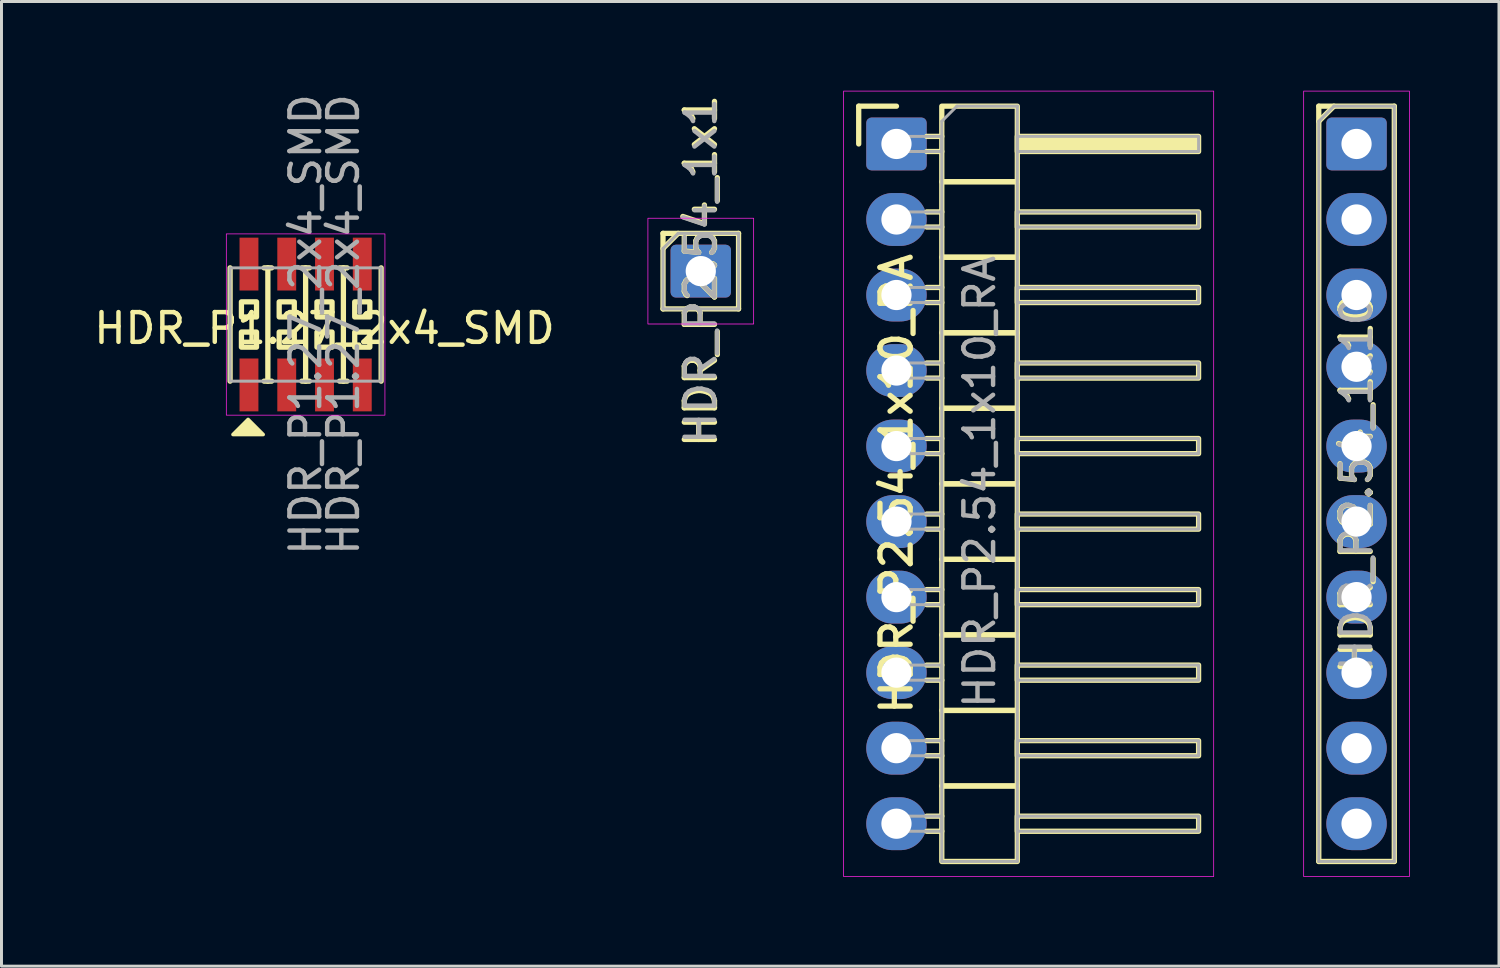
<source format=kicad_pcb>
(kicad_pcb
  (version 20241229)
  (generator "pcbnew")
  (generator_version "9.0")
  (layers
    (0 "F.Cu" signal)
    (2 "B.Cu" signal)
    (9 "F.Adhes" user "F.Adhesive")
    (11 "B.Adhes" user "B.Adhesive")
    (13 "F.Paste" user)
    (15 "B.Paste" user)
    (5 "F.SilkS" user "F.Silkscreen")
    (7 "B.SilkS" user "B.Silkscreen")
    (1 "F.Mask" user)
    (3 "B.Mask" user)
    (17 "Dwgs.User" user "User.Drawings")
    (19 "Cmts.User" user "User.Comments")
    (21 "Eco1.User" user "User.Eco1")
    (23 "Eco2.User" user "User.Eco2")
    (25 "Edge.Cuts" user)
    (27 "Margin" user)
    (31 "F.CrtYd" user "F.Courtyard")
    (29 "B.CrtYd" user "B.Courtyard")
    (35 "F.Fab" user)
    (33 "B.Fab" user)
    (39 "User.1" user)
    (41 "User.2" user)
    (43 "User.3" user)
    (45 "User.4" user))
  (footprint "HDR_P1.27_2x4_SMD"
    (layer "F.Cu")
    (at 7.228 7.863)
    (property "Reference" "HDR_P1.27_2x4_SMD" (at 0.635 0.127 0) (layer "F.SilkS") (effects (font (size 1 1) (thickness 0.15))))
    (attr smd)
    (fp_line (start -2.54 1.905) (end -2.54 -1.905) (stroke (width 0.178) (type solid)) (layer "F.SilkS"))
    (fp_line (start -1.397 -1.905) (end -1.143 -1.905) (stroke (width 0.178) (type solid)) (layer "F.SilkS"))
    (fp_line (start -1.397 1.905) (end -1.143 1.905) (stroke (width 0.178) (type solid)) (layer "F.SilkS"))
    (fp_line (start -1.27 1.905) (end -1.27 -1.905) (stroke (width 0.178) (type solid)) (layer "F.SilkS"))
    (fp_line (start -0.127 -1.905) (end 0.127 -1.905) (stroke (width 0.178) (type solid)) (layer "F.SilkS"))
    (fp_line (start -0.127 1.905) (end 0.127 1.905) (stroke (width 0.178) (type solid)) (layer "F.SilkS"))
    (fp_line (start 0 1.905) (end 0 -1.905) (stroke (width 0.178) (type solid)) (layer "F.SilkS"))
    (fp_line (start 1.143 -1.905) (end 1.397 -1.905) (stroke (width 0.178) (type solid)) (layer "F.SilkS"))
    (fp_line (start 1.143 1.905) (end 1.397 1.905) (stroke (width 0.178) (type solid)) (layer "F.SilkS"))
    (fp_line (start 1.27 1.905) (end 1.27 -1.905) (stroke (width 0.178) (type solid)) (layer "F.SilkS"))
    (fp_line (start 2.54 1.905) (end 2.54 -1.905) (stroke (width 0.178) (type solid)) (layer "F.SilkS"))
    (fp_rect (start -2.159 -0.762) (end -1.651 -0.254) (stroke (width 0.178) (type solid)) (fill no) (layer "F.SilkS"))
    (fp_rect (start -2.159 0.254) (end -1.651 0.762) (stroke (width 0.178) (type solid)) (fill no) (layer "F.SilkS"))
    (fp_rect (start -0.889 -0.762) (end -0.381 -0.254) (stroke (width 0.178) (type solid)) (fill no) (layer "F.SilkS"))
    (fp_rect (start -0.889 0.254) (end -0.381 0.762) (stroke (width 0.178) (type solid)) (fill no) (layer "F.SilkS"))
    (fp_rect (start 0.381 -0.762) (end 0.889 -0.254) (stroke (width 0.178) (type solid)) (fill no) (layer "F.SilkS"))
    (fp_rect (start 0.381 0.254) (end 0.889 0.762) (stroke (width 0.178) (type solid)) (fill no) (layer "F.SilkS"))
    (fp_rect (start 1.651 -0.762) (end 2.159 -0.254) (stroke (width 0.178) (type solid)) (fill no) (layer "F.SilkS"))
    (fp_rect (start 1.651 0.254) (end 2.159 0.762) (stroke (width 0.178) (type solid)) (fill no) (layer "F.SilkS"))
    (fp_poly (pts (xy -1.427 3.7) (xy -2.443 3.7) (xy -1.935 3.192)) (stroke (width 0.12) (type solid)) (fill yes) (layer "F.SilkS"))
    (fp_rect (start -2.667 -3.048) (end 2.667 3.048) (stroke (width 0.025) (type solid)) (fill no) (layer "F.CrtYd"))
    (fp_rect (start -2.54 -1.905) (end 2.54 1.905) (stroke (width 0.1) (type solid)) (fill no) (layer "F.Fab"))
    (fp_text user "${REFERENCE}" (at 1.27 0 90) (layer "F.Fab") (effects (font (size 1 1) (thickness 0.15))))
    (fp_text user "${REFERENCE}" (at 0 0 90) (layer "F.Fab") (effects (font (size 1 1) (thickness 0.15))))
    (pad "1" smd rect (at -1.905 2.032) (size 0.635 1.778) (layers "F.Cu" "F.Mask" "F.Paste"))
    (pad "2" smd rect (at -1.905 -2.032) (size 0.635 1.778) (layers "F.Cu" "F.Mask" "F.Paste"))
    (pad "3" smd rect (at -0.635 2.032) (size 0.635 1.778) (layers "F.Cu" "F.Mask" "F.Paste"))
    (pad "4" smd rect (at -0.635 -2.032) (size 0.635 1.778) (layers "F.Cu" "F.Mask" "F.Paste"))
    (pad "5" smd rect (at 0.635 2.032) (size 0.635 1.778) (layers "F.Cu" "F.Mask" "F.Paste"))
    (pad "6" smd rect (at 0.635 -2.032) (size 0.635 1.778) (layers "F.Cu" "F.Mask" "F.Paste"))
    (pad "7" smd rect (at 1.905 2.032) (size 0.635 1.778) (layers "F.Cu" "F.Mask" "F.Paste"))
    (pad "8" smd rect (at 1.905 -2.032) (size 0.635 1.778) (layers "F.Cu" "F.Mask" "F.Paste")))
  (footprint "HDR_P2.54_1x1"
    (layer "F.Cu")
    (at 20.517 6.068)
    (property "Reference" "HDR_P2.54_1x1" (at 0 0 90) (layer "F.SilkS") (effects (font (size 1.016 1.016) (thickness 0.178))))
    (attr through_hole)
    (fp_line (start -1.27 -1.27) (end -1.27 1.27) (stroke (width 0.178) (type solid)) (layer "F.SilkS"))
    (fp_line (start -1.27 -1.27) (end 1.27 -1.27) (stroke (width 0.178) (type solid)) (layer "F.SilkS"))
    (fp_line (start -1.27 -0.762) (end -0.762 -1.27) (stroke (width 0.178) (type solid)) (layer "F.SilkS"))
    (fp_line (start -1.27 1.27) (end 1.27 1.27) (stroke (width 0.178) (type solid)) (layer "F.SilkS"))
    (fp_line (start 1.27 -1.27) (end 1.27 1.27) (stroke (width 0.178) (type solid)) (layer "F.SilkS"))
    (fp_rect (start -1.778 -1.778) (end 1.778 1.778) (stroke (width 0.025) (type solid)) (fill no) (layer "F.CrtYd"))
    (fp_line (start -1.27 -0.762) (end -0.762 -1.27) (stroke (width 0.1) (type solid)) (layer "F.Fab"))
    (fp_line (start -1.27 1.27) (end -1.27 -0.762) (stroke (width 0.1) (type solid)) (layer "F.Fab"))
    (fp_line (start -0.762 -1.27) (end 1.27 -1.27) (stroke (width 0.1) (type solid)) (layer "F.Fab"))
    (fp_line (start 1.27 -1.27) (end 1.27 1.27) (stroke (width 0.1) (type solid)) (layer "F.Fab"))
    (fp_line (start 1.27 1.27) (end -1.27 1.27) (stroke (width 0.1) (type solid)) (layer "F.Fab"))
    (fp_text user "${REFERENCE}" (at 0 0 90) (layer "F.Fab") (effects (font (size 1 1) (thickness 0.15))))
    (pad "1" thru_hole roundrect (at 0 0) (size 2.032 1.778) (drill 1.016) (layers "*.Cu" "*.Mask") (roundrect_rratio 0.1)))
  (footprint "HDR_P2.54_1x10_RA"
    (layer "F.Cu")
    (at 27.098 13.221)
    (property "Reference" "HDR_P2.54_1x10_RA" (at 0 0 90) (layer "F.SilkS") (effects (font (size 1.016 1.016) (thickness 0.178))))
    (attr through_hole)
    (fp_line (start -1.27 -12.7) (end 0 -12.7) (stroke (width 0.178) (type solid)) (layer "F.SilkS"))
    (fp_line (start -1.27 -11.43) (end -1.27 -12.7) (stroke (width 0.178) (type solid)) (layer "F.SilkS"))
    (fp_line (start 1.016 -11.684) (end 1.524 -11.684) (stroke (width 0.178) (type solid)) (layer "F.SilkS"))
    (fp_line (start 1.016 -11.176) (end 1.524 -11.176) (stroke (width 0.178) (type solid)) (layer "F.SilkS"))
    (fp_line (start 1.016 -9.144) (end 1.524 -9.144) (stroke (width 0.178) (type solid)) (layer "F.SilkS"))
    (fp_line (start 1.016 -8.636) (end 1.524 -8.636) (stroke (width 0.178) (type solid)) (layer "F.SilkS"))
    (fp_line (start 1.016 -6.604) (end 1.524 -6.604) (stroke (width 0.178) (type solid)) (layer "F.SilkS"))
    (fp_line (start 1.016 -6.096) (end 1.524 -6.096) (stroke (width 0.178) (type solid)) (layer "F.SilkS"))
    (fp_line (start 1.016 -4.064) (end 1.524 -4.064) (stroke (width 0.178) (type solid)) (layer "F.SilkS"))
    (fp_line (start 1.016 -3.556) (end 1.524 -3.556) (stroke (width 0.178) (type solid)) (layer "F.SilkS"))
    (fp_line (start 1.016 -1.524) (end 1.524 -1.524) (stroke (width 0.178) (type solid)) (layer "F.SilkS"))
    (fp_line (start 1.016 -1.016) (end 1.524 -1.016) (stroke (width 0.178) (type solid)) (layer "F.SilkS"))
    (fp_line (start 1.016 1.016) (end 1.524 1.016) (stroke (width 0.178) (type solid)) (layer "F.SilkS"))
    (fp_line (start 1.016 1.524) (end 1.524 1.524) (stroke (width 0.178) (type solid)) (layer "F.SilkS"))
    (fp_line (start 1.016 3.556) (end 1.524 3.556) (stroke (width 0.178) (type solid)) (layer "F.SilkS"))
    (fp_line (start 1.016 4.064) (end 1.524 4.064) (stroke (width 0.178) (type solid)) (layer "F.SilkS"))
    (fp_line (start 1.016 6.096) (end 1.524 6.096) (stroke (width 0.178) (type solid)) (layer "F.SilkS"))
    (fp_line (start 1.016 6.604) (end 1.524 6.604) (stroke (width 0.178) (type solid)) (layer "F.SilkS"))
    (fp_line (start 1.016 8.636) (end 1.524 8.636) (stroke (width 0.178) (type solid)) (layer "F.SilkS"))
    (fp_line (start 1.016 9.144) (end 1.524 9.144) (stroke (width 0.178) (type solid)) (layer "F.SilkS"))
    (fp_line (start 1.016 11.176) (end 1.524 11.176) (stroke (width 0.178) (type solid)) (layer "F.SilkS"))
    (fp_line (start 1.016 11.684) (end 1.524 11.684) (stroke (width 0.178) (type solid)) (layer "F.SilkS"))
    (fp_rect (start 1.524 -10.16) (end 4.064 -12.7) (stroke (width 0.178) (type solid)) (fill no) (layer "F.SilkS"))
    (fp_rect (start 1.524 -7.62) (end 4.064 -10.16) (stroke (width 0.178) (type solid)) (fill no) (layer "F.SilkS"))
    (fp_rect (start 1.524 -5.08) (end 4.064 -7.62) (stroke (width 0.178) (type solid)) (fill no) (layer "F.SilkS"))
    (fp_rect (start 1.524 -2.54) (end 4.064 -5.08) (stroke (width 0.178) (type solid)) (fill no) (layer "F.SilkS"))
    (fp_rect (start 1.524 0) (end 4.064 -2.54) (stroke (width 0.178) (type solid)) (fill no) (layer "F.SilkS"))
    (fp_rect (start 1.524 2.54) (end 4.064 0) (stroke (width 0.178) (type solid)) (fill no) (layer "F.SilkS"))
    (fp_rect (start 1.524 5.08) (end 4.064 2.54) (stroke (width 0.178) (type solid)) (fill no) (layer "F.SilkS"))
    (fp_rect (start 1.524 7.62) (end 4.064 5.08) (stroke (width 0.178) (type solid)) (fill no) (layer "F.SilkS"))
    (fp_rect (start 1.524 10.16) (end 4.064 7.62) (stroke (width 0.178) (type solid)) (fill no) (layer "F.SilkS"))
    (fp_rect (start 1.524 12.7) (end 4.064 10.16) (stroke (width 0.178) (type solid)) (fill no) (layer "F.SilkS"))
    (fp_rect (start 4.064 -11.684) (end 10.16 -11.176) (stroke (width 0.178) (type solid)) (fill yes) (layer "F.SilkS"))
    (fp_rect (start 4.064 -9.144) (end 10.16 -8.636) (stroke (width 0.178) (type solid)) (fill no) (layer "F.SilkS"))
    (fp_rect (start 4.064 -6.604) (end 10.16 -6.096) (stroke (width 0.178) (type solid)) (fill no) (layer "F.SilkS"))
    (fp_rect (start 4.064 -4.064) (end 10.16 -3.556) (stroke (width 0.178) (type solid)) (fill no) (layer "F.SilkS"))
    (fp_rect (start 4.064 -1.524) (end 10.16 -1.016) (stroke (width 0.178) (type solid)) (fill no) (layer "F.SilkS"))
    (fp_rect (start 4.064 1.016) (end 10.16 1.524) (stroke (width 0.178) (type solid)) (fill no) (layer "F.SilkS"))
    (fp_rect (start 4.064 3.556) (end 10.16 4.064) (stroke (width 0.178) (type solid)) (fill no) (layer "F.SilkS"))
    (fp_rect (start 4.064 6.096) (end 10.16 6.604) (stroke (width 0.178) (type solid)) (fill no) (layer "F.SilkS"))
    (fp_rect (start 4.064 8.636) (end 10.16 9.144) (stroke (width 0.178) (type solid)) (fill no) (layer "F.SilkS"))
    (fp_rect (start 4.064 11.176) (end 10.16 11.684) (stroke (width 0.178) (type solid)) (fill no) (layer "F.SilkS"))
    (fp_rect (start -1.778 -13.208) (end 10.668 13.208) (stroke (width 0.025) (type solid)) (fill no) (layer "F.CrtYd"))
    (fp_line (start 1.524 -12.192) (end 2.032 -12.7) (stroke (width 0.1) (type solid)) (layer "F.Fab"))
    (fp_line (start 1.524 12.7) (end 1.524 -12.192) (stroke (width 0.1) (type solid)) (layer "F.Fab"))
    (fp_line (start 2.032 -12.7) (end 4.064 -12.7) (stroke (width 0.1) (type solid)) (layer "F.Fab"))
    (fp_line (start 4.064 -12.7) (end 4.064 12.7) (stroke (width 0.1) (type solid)) (layer "F.Fab"))
    (fp_line (start 4.064 12.7) (end 1.524 12.7) (stroke (width 0.1) (type solid)) (layer "F.Fab"))
    (fp_rect (start -0.254 -11.684) (end 1.524 -11.176) (stroke (width 0.1) (type solid)) (fill no) (layer "F.Fab"))
    (fp_rect (start -0.254 -9.144) (end 1.524 -8.636) (stroke (width 0.1) (type solid)) (fill no) (layer "F.Fab"))
    (fp_rect (start -0.254 -6.604) (end 1.524 -6.096) (stroke (width 0.1) (type solid)) (fill no) (layer "F.Fab"))
    (fp_rect (start -0.254 -4.064) (end 1.524 -3.556) (stroke (width 0.1) (type solid)) (fill no) (layer "F.Fab"))
    (fp_rect (start -0.254 -1.524) (end 1.524 -1.016) (stroke (width 0.1) (type solid)) (fill no) (layer "F.Fab"))
    (fp_rect (start -0.254 1.524) (end 1.524 1.016) (stroke (width 0.1) (type solid)) (fill no) (layer "F.Fab"))
    (fp_rect (start -0.254 3.556) (end 1.524 4.064) (stroke (width 0.1) (type solid)) (fill no) (layer "F.Fab"))
    (fp_rect (start -0.254 6.604) (end 1.524 6.096) (stroke (width 0.1) (type solid)) (fill no) (layer "F.Fab"))
    (fp_rect (start -0.254 9.144) (end 1.524 8.636) (stroke (width 0.1) (type solid)) (fill no) (layer "F.Fab"))
    (fp_rect (start -0.254 11.684) (end 1.524 11.176) (stroke (width 0.1) (type solid)) (fill no) (layer "F.Fab"))
    (fp_rect (start 4.064 -11.684) (end 10.16 -11.176) (stroke (width 0.1) (type solid)) (fill no) (layer "F.Fab"))
    (fp_rect (start 4.064 -9.144) (end 10.16 -8.636) (stroke (width 0.1) (type solid)) (fill no) (layer "F.Fab"))
    (fp_rect (start 4.064 -6.604) (end 10.16 -6.096) (stroke (width 0.1) (type solid)) (fill no) (layer "F.Fab"))
    (fp_rect (start 4.064 -4.064) (end 10.16 -3.556) (stroke (width 0.1) (type solid)) (fill no) (layer "F.Fab"))
    (fp_rect (start 4.064 -1.524) (end 10.16 -1.016) (stroke (width 0.1) (type solid)) (fill no) (layer "F.Fab"))
    (fp_rect (start 4.064 1.016) (end 10.16 1.524) (stroke (width 0.1) (type solid)) (fill no) (layer "F.Fab"))
    (fp_rect (start 4.064 3.556) (end 10.16 4.064) (stroke (width 0.1) (type solid)) (fill no) (layer "F.Fab"))
    (fp_rect (start 4.064 6.096) (end 10.16 6.604) (stroke (width 0.1) (type solid)) (fill no) (layer "F.Fab"))
    (fp_rect (start 4.064 8.636) (end 10.16 9.144) (stroke (width 0.1) (type solid)) (fill no) (layer "F.Fab"))
    (fp_rect (start 4.064 11.176) (end 10.16 11.684) (stroke (width 0.1) (type solid)) (fill no) (layer "F.Fab"))
    (fp_text user "${REFERENCE}" (at 2.794 -0.066 90) (layer "F.Fab") (effects (font (size 1 1) (thickness 0.15))))
    (pad "1" thru_hole roundrect (at 0 -11.43) (size 2.032 1.778) (drill 1.016) (layers "*.Cu" "*.Mask") (roundrect_rratio 0.1))
    (pad "2" thru_hole oval (at 0 -8.89) (size 2.032 1.778) (drill 1.016) (layers "*.Cu" "*.Mask"))
    (pad "3" thru_hole oval (at 0 -6.35) (size 2.032 1.778) (drill 1.016) (layers "*.Cu" "*.Mask"))
    (pad "4" thru_hole oval (at 0 -3.81) (size 2.032 1.778) (drill 1.016) (layers "*.Cu" "*.Mask"))
    (pad "5" thru_hole oval (at 0 -1.27) (size 2.032 1.778) (drill 1.016) (layers "*.Cu" "*.Mask"))
    (pad "6" thru_hole oval (at 0 1.27) (size 2.032 1.778) (drill 1.016) (layers "*.Cu" "*.Mask"))
    (pad "7" thru_hole oval (at 0 3.81) (size 2.032 1.778) (drill 1.016) (layers "*.Cu" "*.Mask"))
    (pad "8" thru_hole oval (at 0 6.35) (size 2.032 1.778) (drill 1.016) (layers "*.Cu" "*.Mask"))
    (pad "9" thru_hole oval (at 0 8.89) (size 2.032 1.778) (drill 1.016) (layers "*.Cu" "*.Mask"))
    (pad "10" thru_hole oval (at 0 11.43) (size 2.032 1.778) (drill 1.016) (layers "*.Cu" "*.Mask")))
  (footprint "HDR_P2.54_1x10"
    (layer "F.Cu")
    (at 42.57 13.221)
    (property "Reference" "HDR_P2.54_1x10" (at 0 0 90) (layer "F.SilkS") (effects (font (size 1.016 1.016) (thickness 0.178))))
    (attr through_hole)
    (fp_line (start -1.27 -12.7) (end -1.27 12.7) (stroke (width 0.178) (type solid)) (layer "F.SilkS"))
    (fp_line (start -1.27 -12.7) (end 1.27 -12.7) (stroke (width 0.178) (type solid)) (layer "F.SilkS"))
    (fp_line (start -1.27 -12.192) (end -0.762 -12.7) (stroke (width 0.178) (type solid)) (layer "F.SilkS"))
    (fp_line (start -1.27 12.7) (end 1.27 12.7) (stroke (width 0.178) (type solid)) (layer "F.SilkS"))
    (fp_line (start 1.27 -12.7) (end 1.27 12.7) (stroke (width 0.178) (type solid)) (layer "F.SilkS"))
    (fp_rect (start -1.778 -13.208) (end 1.778 13.208) (stroke (width 0.025) (type solid)) (fill no) (layer "F.CrtYd"))
    (fp_line (start -1.27 -12.192) (end -0.762 -12.7) (stroke (width 0.1) (type solid)) (layer "F.Fab"))
    (fp_line (start -1.27 12.7) (end -1.27 -12.192) (stroke (width 0.1) (type solid)) (layer "F.Fab"))
    (fp_line (start -0.762 -12.7) (end 1.27 -12.7) (stroke (width 0.1) (type solid)) (layer "F.Fab"))
    (fp_line (start 1.27 -12.7) (end 1.27 12.7) (stroke (width 0.1) (type solid)) (layer "F.Fab"))
    (fp_line (start 1.27 12.7) (end -1.27 12.7) (stroke (width 0.1) (type solid)) (layer "F.Fab"))
    (fp_text user "${REFERENCE}" (at 0 0 90) (layer "F.Fab") (effects (font (size 1 1) (thickness 0.15))))
    (pad "1" thru_hole roundrect (at 0 -11.43) (size 2.032 1.778) (drill 1.016) (layers "*.Cu" "*.Mask") (roundrect_rratio 0.1))
    (pad "2" thru_hole oval (at 0 -8.89) (size 2.032 1.778) (drill 1.016) (layers "*.Cu" "*.Mask"))
    (pad "3" thru_hole oval (at 0 -6.35) (size 2.032 1.778) (drill 1.016) (layers "*.Cu" "*.Mask"))
    (pad "4" thru_hole oval (at 0 -3.937) (size 2.032 1.778) (drill 1.016) (layers "*.Cu" "*.Mask"))
    (pad "5" thru_hole oval (at 0 -1.27) (size 2.032 1.778) (drill 1.016) (layers "*.Cu" "*.Mask"))
    (pad "6" thru_hole oval (at 0 1.27) (size 2.032 1.778) (drill 1.016) (layers "*.Cu" "*.Mask"))
    (pad "7" thru_hole oval (at 0 3.81) (size 2.032 1.778) (drill 1.016) (layers "*.Cu" "*.Mask"))
    (pad "8" thru_hole oval (at 0 6.35) (size 2.032 1.778) (drill 1.016) (layers "*.Cu" "*.Mask"))
    (pad "9" thru_hole oval (at 0 8.89) (size 2.032 1.778) (drill 1.016) (layers "*.Cu" "*.Mask"))
    (pad "10" thru_hole oval (at 0 11.43) (size 2.032 1.778) (drill 1.016) (layers "*.Cu" "*.Mask")))
  (gr_rect
    (start -3 -3)
    (end 47.36 29.441)
    (stroke (width 0.1) (type default))
    (fill no)
    (layer "Edge.Cuts")))
</source>
